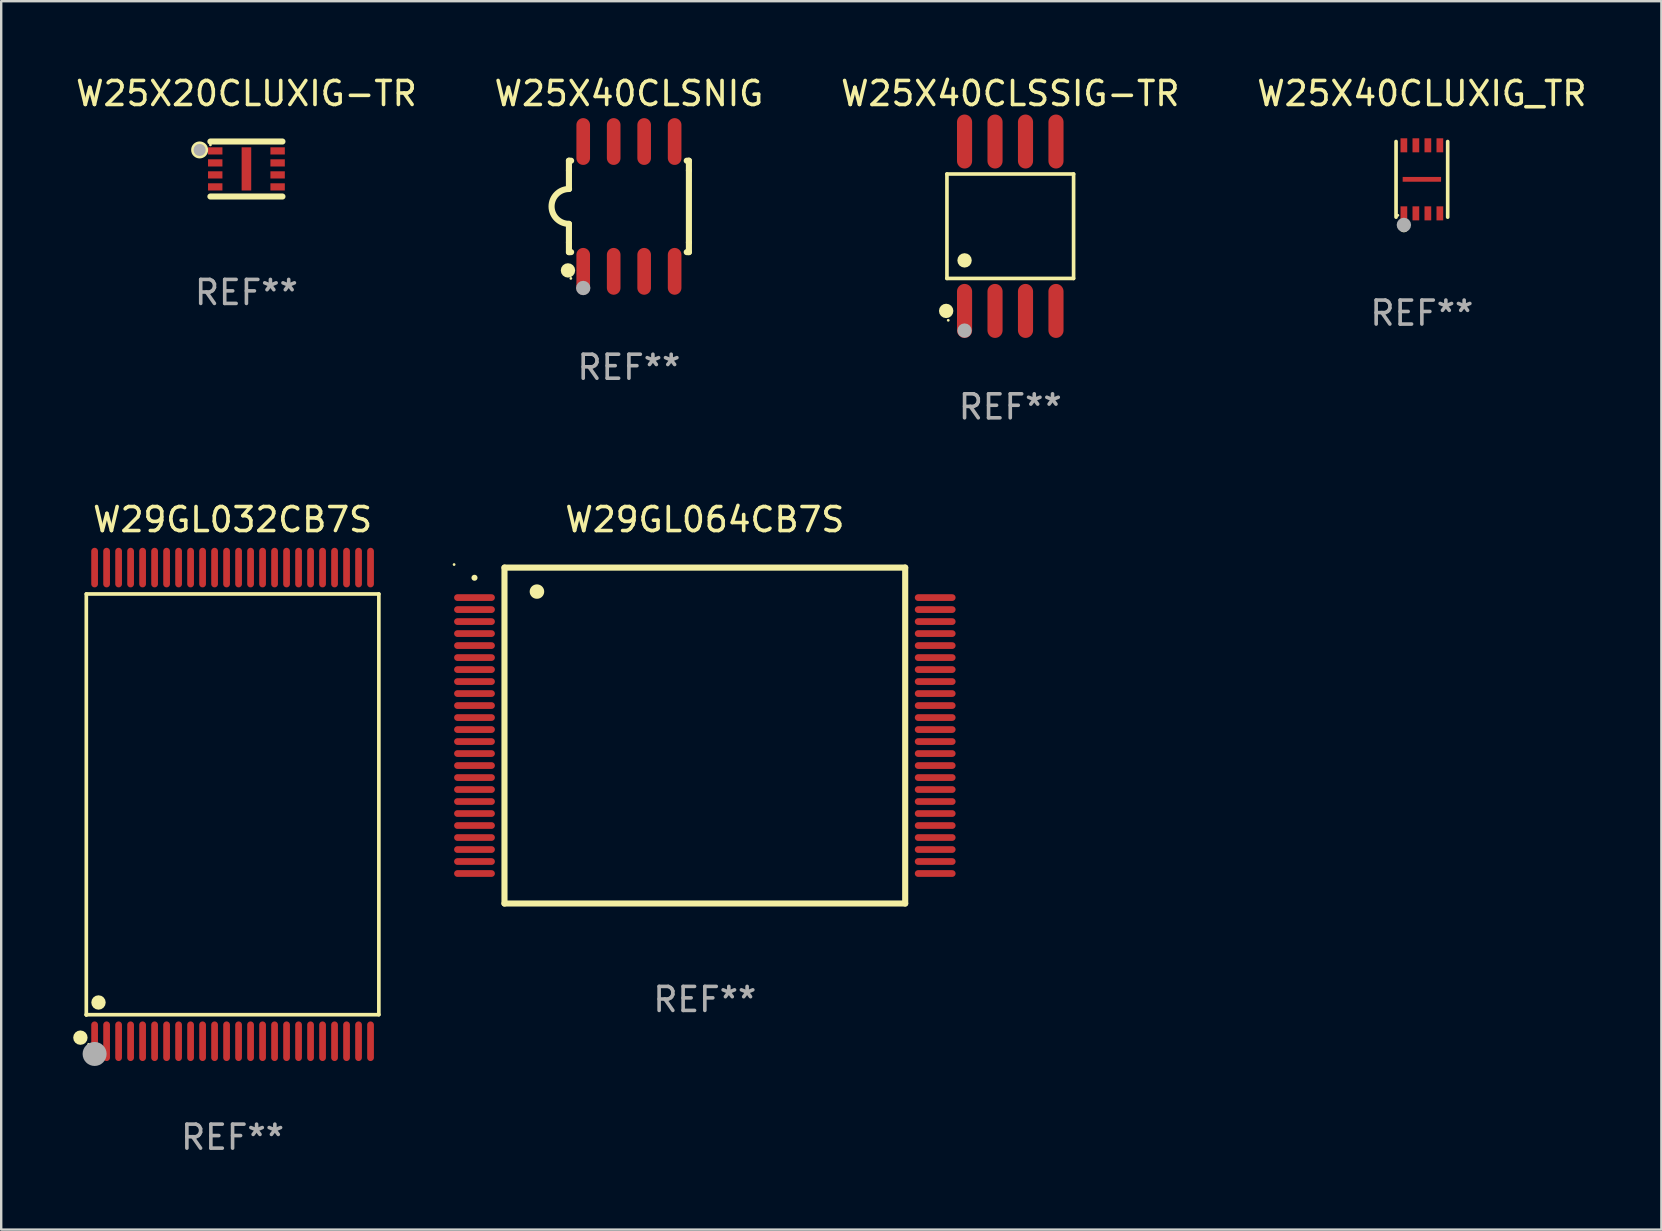
<source format=kicad_pcb>
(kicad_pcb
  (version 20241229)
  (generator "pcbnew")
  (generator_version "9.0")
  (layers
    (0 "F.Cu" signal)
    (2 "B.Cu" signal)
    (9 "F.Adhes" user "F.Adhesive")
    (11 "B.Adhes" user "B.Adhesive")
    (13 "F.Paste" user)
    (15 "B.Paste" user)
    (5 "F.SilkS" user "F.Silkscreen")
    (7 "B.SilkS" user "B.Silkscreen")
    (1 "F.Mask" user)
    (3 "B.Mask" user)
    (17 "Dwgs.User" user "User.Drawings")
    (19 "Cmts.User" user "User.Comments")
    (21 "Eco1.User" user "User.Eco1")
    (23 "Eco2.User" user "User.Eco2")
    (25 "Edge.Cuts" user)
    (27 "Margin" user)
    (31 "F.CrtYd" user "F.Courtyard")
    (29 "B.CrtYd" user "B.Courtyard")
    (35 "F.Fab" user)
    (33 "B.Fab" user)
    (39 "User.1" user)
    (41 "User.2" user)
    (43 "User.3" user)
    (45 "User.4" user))
  (footprint "W25X40CLUXIG_TR"
    (layer "F.Cu")
    (at 56.208 4.424)
    (property "Reference" "W25X40CLUXIG_TR" (at 0 -3.576 0) (layer "F.SilkS") (effects (font (size 1 1) (thickness 0.15))))
    (attr through_hole)
    (fp_line (start -1.076 1.576) (end -1.076 -1.576) (stroke (width 0.152) (type solid)) (layer "F.SilkS"))
    (fp_line (start 1.076 -1.576) (end 1.076 1.576) (stroke (width 0.152) (type solid)) (layer "F.SilkS"))
    (fp_circle (center -1 1.5) (end -0.97 1.5) (stroke (width 0.06) (type solid)) (fill no) (layer "F.SilkS"))
    (fp_circle (center -0.75 2.01) (end -0.65 2.01) (stroke (width 0.2) (type solid)) (fill no) (layer "F.SilkS"))
    (fp_circle (center -0.75 1.9) (end -0.6 1.9) (stroke (width 0.3) (type solid)) (fill no) (layer "F.Fab"))
    (fp_text user "REF**" (at 0 5.576 0) (layer "F.Fab") (effects (font (size 1 1) (thickness 0.15))))
    (pad "1" smd rect (at -0.75 1.418) (size 0.28 0.585) (layers "F.Cu" "F.Mask" "F.Paste"))
    (pad "2" smd rect (at -0.25 1.418) (size 0.28 0.585) (layers "F.Cu" "F.Mask" "F.Paste"))
    (pad "3" smd rect (at 0.25 1.418) (size 0.28 0.585) (layers "F.Cu" "F.Mask" "F.Paste"))
    (pad "4" smd rect (at 0.75 1.418) (size 0.28 0.585) (layers "F.Cu" "F.Mask" "F.Paste"))
    (pad "5" smd rect (at 0.75 -1.418) (size 0.28 0.585) (layers "F.Cu" "F.Mask" "F.Paste"))
    (pad "6" smd rect (at 0.25 -1.418) (size 0.28 0.585) (layers "F.Cu" "F.Mask" "F.Paste"))
    (pad "7" smd rect (at -0.25 -1.418) (size 0.28 0.585) (layers "F.Cu" "F.Mask" "F.Paste"))
    (pad "8" smd rect (at -0.75 -1.418) (size 0.28 0.585) (layers "F.Cu" "F.Mask" "F.Paste"))
    (pad "9" smd rect (at 0 0) (size 1.6 0.2) (layers "F.Cu" "F.Mask" "F.Paste")))
  (footprint "W25X40CLSSIG-TR"
    (layer "F.Cu")
    (at 39.054 6.378)
    (property "Reference" "W25X40CLSSIG-TR" (at 0 -5.53 0) (layer "F.SilkS") (effects (font (size 1 1) (thickness 0.15))))
    (attr through_hole)
    (fp_line (start -2.639 -2.176) (end 2.639 -2.176) (stroke (width 0.152) (type solid)) (layer "F.SilkS"))
    (fp_line (start -2.639 2.176) (end -2.639 -2.176) (stroke (width 0.152) (type solid)) (layer "F.SilkS"))
    (fp_line (start 2.639 -2.176) (end 2.639 2.176) (stroke (width 0.152) (type solid)) (layer "F.SilkS"))
    (fp_line (start 2.639 2.176) (end -2.639 2.176) (stroke (width 0.152) (type solid)) (layer "F.SilkS"))
    (fp_circle (center -2.672 3.53) (end -2.522 3.53) (stroke (width 0.3) (type solid)) (fill no) (layer "F.SilkS"))
    (fp_circle (center -2.585 3.92) (end -2.555 3.92) (stroke (width 0.06) (type solid)) (fill no) (layer "F.SilkS"))
    (fp_circle (center -1.905 1.424) (end -1.755 1.424) (stroke (width 0.3) (type solid)) (fill no) (layer "F.SilkS"))
    (fp_circle (center -1.905 4.35) (end -1.755 4.35) (stroke (width 0.3) (type solid)) (fill no) (layer "F.Fab"))
    (fp_text user "REF**" (at 0 7.53 0) (layer "F.Fab") (effects (font (size 1 1) (thickness 0.15))))
    (pad "1" smd oval (at -1.905 3.53) (size 0.63 2.25) (layers "F.Cu" "F.Mask" "F.Paste"))
    (pad "2" smd oval (at -0.635 3.53) (size 0.63 2.25) (layers "F.Cu" "F.Mask" "F.Paste"))
    (pad "3" smd oval (at 0.635 3.53) (size 0.63 2.25) (layers "F.Cu" "F.Mask" "F.Paste"))
    (pad "4" smd oval (at 1.905 3.53) (size 0.63 2.25) (layers "F.Cu" "F.Mask" "F.Paste"))
    (pad "5" smd oval (at 1.905 -3.53) (size 0.63 2.25) (layers "F.Cu" "F.Mask" "F.Paste"))
    (pad "6" smd oval (at 0.635 -3.53) (size 0.63 2.25) (layers "F.Cu" "F.Mask" "F.Paste"))
    (pad "7" smd oval (at -0.635 -3.53) (size 0.63 2.25) (layers "F.Cu" "F.Mask" "F.Paste"))
    (pad "8" smd oval (at -1.905 -3.53) (size 0.63 2.25) (layers "F.Cu" "F.Mask" "F.Paste")))
  (footprint "W25X20CLUXIG-TR"
    (layer "F.Cu")
    (at 7.22 3.994)
    (property "Reference" "W25X20CLUXIG-TR" (at 0 -3.146 0) (layer "F.SilkS") (effects (font (size 1 1) (thickness 0.15))))
    (attr through_hole)
    (fp_line (start 1.501 -1.146) (end -1.501 -1.146) (stroke (width 0.254) (type solid)) (layer "F.SilkS"))
    (fp_line (start 1.501 1.146) (end -1.501 1.146) (stroke (width 0.254) (type solid)) (layer "F.SilkS"))
    (fp_circle (center -1.95 -0.795) (end -1.85 -0.795) (stroke (width 0.254) (type solid)) (fill no) (layer "F.SilkS"))
    (fp_circle (center -1.5 -1.005) (end -1.47 -1.005) (stroke (width 0.06) (type solid)) (fill no) (layer "F.SilkS"))
    (fp_circle (center -1.95 -0.795) (end -1.823 -0.795) (stroke (width 0.254) (type solid)) (fill no) (layer "F.Fab"))
    (fp_text user "REF**" (at 0 5.146 0) (layer "F.Fab") (effects (font (size 1 1) (thickness 0.15))))
    (pad "1" smd rect (at -1.3 -0.755 270) (size 0.3 0.6) (layers "F.Cu" "F.Mask" "F.Paste"))
    (pad "2" smd rect (at -1.3 -0.255 270) (size 0.3 0.6) (layers "F.Cu" "F.Mask" "F.Paste"))
    (pad "3" smd rect (at -1.3 0.245 270) (size 0.3 0.6) (layers "F.Cu" "F.Mask" "F.Paste"))
    (pad "4" smd rect (at -1.3 0.745 270) (size 0.3 0.6) (layers "F.Cu" "F.Mask" "F.Paste"))
    (pad "5" smd rect (at 1.3 0.745 270) (size 0.3 0.6) (layers "F.Cu" "F.Mask" "F.Paste"))
    (pad "6" smd rect (at 1.3 0.245 270) (size 0.3 0.6) (layers "F.Cu" "F.Mask" "F.Paste"))
    (pad "7" smd rect (at 1.3 -0.255 270) (size 0.3 0.6) (layers "F.Cu" "F.Mask" "F.Paste"))
    (pad "8" smd rect (at 1.3 -0.755 270) (size 0.3 0.6) (layers "F.Cu" "F.Mask" "F.Paste"))
    (pad "9" smd rect (at 0 -0.005) (size 0.4 1.8) (layers "F.Cu" "F.Mask" "F.Paste")))
  (footprint "W29GL032CB7S"
    (layer "F.Cu")
    (at 6.643 30.475)
    (property "Reference" "W29GL032CB7S" (at 0 -11.87 0) (layer "F.SilkS") (effects (font (size 1 1) (thickness 0.15))))
    (attr through_hole)
    (fp_line (start -6.096 -8.771) (end 6.096 -8.771) (stroke (width 0.152) (type solid)) (layer "F.SilkS"))
    (fp_line (start -6.096 8.763) (end -6.096 8.771) (stroke (width 0.152) (type solid)) (layer "F.SilkS"))
    (fp_line (start -6.096 8.771) (end -6.096 -8.771) (stroke (width 0.152) (type solid)) (layer "F.SilkS"))
    (fp_line (start 6.096 -8.771) (end 6.096 8.763) (stroke (width 0.152) (type solid)) (layer "F.SilkS"))
    (fp_line (start 6.096 8.763) (end -6.096 8.763) (stroke (width 0.152) (type solid)) (layer "F.SilkS"))
    (fp_circle (center -6.342 9.72) (end -6.192 9.72) (stroke (width 0.3) (type solid)) (fill no) (layer "F.SilkS"))
    (fp_circle (center -6 10) (end -5.97 10) (stroke (width 0.06) (type solid)) (fill no) (layer "F.SilkS"))
    (fp_circle (center -5.588 8.255) (end -5.438 8.255) (stroke (width 0.3) (type solid)) (fill no) (layer "F.SilkS"))
    (fp_circle (center -5.75 10.4) (end -5.5 10.4) (stroke (width 0.5) (type solid)) (fill no) (layer "F.Fab"))
    (fp_text user "REF**" (at 0 13.87 0) (layer "F.Fab") (effects (font (size 1 1) (thickness 0.15))))
    (pad "1" smd oval (at -5.75 9.87) (size 0.28 1.65) (layers "F.Cu" "F.Mask" "F.Paste"))
    (pad "2" smd oval (at -5.25 9.87) (size 0.28 1.65) (layers "F.Cu" "F.Mask" "F.Paste"))
    (pad "3" smd oval (at -4.75 9.87) (size 0.28 1.65) (layers "F.Cu" "F.Mask" "F.Paste"))
    (pad "4" smd oval (at -4.25 9.87) (size 0.28 1.65) (layers "F.Cu" "F.Mask" "F.Paste"))
    (pad "5" smd oval (at -3.75 9.87) (size 0.28 1.65) (layers "F.Cu" "F.Mask" "F.Paste"))
    (pad "6" smd oval (at -3.25 9.87) (size 0.28 1.65) (layers "F.Cu" "F.Mask" "F.Paste"))
    (pad "7" smd oval (at -2.75 9.87) (size 0.28 1.65) (layers "F.Cu" "F.Mask" "F.Paste"))
    (pad "8" smd oval (at -2.25 9.87) (size 0.28 1.65) (layers "F.Cu" "F.Mask" "F.Paste"))
    (pad "9" smd oval (at -1.75 9.87) (size 0.28 1.65) (layers "F.Cu" "F.Mask" "F.Paste"))
    (pad "10" smd oval (at -1.25 9.87) (size 0.28 1.65) (layers "F.Cu" "F.Mask" "F.Paste"))
    (pad "11" smd oval (at -0.75 9.87) (size 0.28 1.65) (layers "F.Cu" "F.Mask" "F.Paste"))
    (pad "12" smd oval (at -0.25 9.87) (size 0.28 1.65) (layers "F.Cu" "F.Mask" "F.Paste"))
    (pad "13" smd oval (at 0.25 9.87) (size 0.28 1.65) (layers "F.Cu" "F.Mask" "F.Paste"))
    (pad "14" smd oval (at 0.75 9.87) (size 0.28 1.65) (layers "F.Cu" "F.Mask" "F.Paste"))
    (pad "15" smd oval (at 1.25 9.87) (size 0.28 1.65) (layers "F.Cu" "F.Mask" "F.Paste"))
    (pad "16" smd oval (at 1.75 9.87) (size 0.28 1.65) (layers "F.Cu" "F.Mask" "F.Paste"))
    (pad "17" smd oval (at 2.25 9.87) (size 0.28 1.65) (layers "F.Cu" "F.Mask" "F.Paste"))
    (pad "18" smd oval (at 2.75 9.87) (size 0.28 1.65) (layers "F.Cu" "F.Mask" "F.Paste"))
    (pad "19" smd oval (at 3.25 9.87) (size 0.28 1.65) (layers "F.Cu" "F.Mask" "F.Paste"))
    (pad "20" smd oval (at 3.75 9.87) (size 0.28 1.65) (layers "F.Cu" "F.Mask" "F.Paste"))
    (pad "21" smd oval (at 4.25 9.87) (size 0.28 1.65) (layers "F.Cu" "F.Mask" "F.Paste"))
    (pad "22" smd oval (at 4.75 9.87) (size 0.28 1.65) (layers "F.Cu" "F.Mask" "F.Paste"))
    (pad "23" smd oval (at 5.25 9.87) (size 0.28 1.65) (layers "F.Cu" "F.Mask" "F.Paste"))
    (pad "24" smd oval (at 5.75 9.87) (size 0.28 1.65) (layers "F.Cu" "F.Mask" "F.Paste"))
    (pad "25" smd oval (at 5.75 -9.87) (size 0.28 1.65) (layers "F.Cu" "F.Mask" "F.Paste"))
    (pad "26" smd oval (at 5.25 -9.87) (size 0.28 1.65) (layers "F.Cu" "F.Mask" "F.Paste"))
    (pad "27" smd oval (at 4.75 -9.87) (size 0.28 1.65) (layers "F.Cu" "F.Mask" "F.Paste"))
    (pad "28" smd oval (at 4.25 -9.87) (size 0.28 1.65) (layers "F.Cu" "F.Mask" "F.Paste"))
    (pad "29" smd oval (at 3.75 -9.87) (size 0.28 1.65) (layers "F.Cu" "F.Mask" "F.Paste"))
    (pad "30" smd oval (at 3.25 -9.87) (size 0.28 1.65) (layers "F.Cu" "F.Mask" "F.Paste"))
    (pad "31" smd oval (at 2.75 -9.87) (size 0.28 1.65) (layers "F.Cu" "F.Mask" "F.Paste"))
    (pad "32" smd oval (at 2.25 -9.87) (size 0.28 1.65) (layers "F.Cu" "F.Mask" "F.Paste"))
    (pad "33" smd oval (at 1.75 -9.87) (size 0.28 1.65) (layers "F.Cu" "F.Mask" "F.Paste"))
    (pad "34" smd oval (at 1.25 -9.87) (size 0.28 1.65) (layers "F.Cu" "F.Mask" "F.Paste"))
    (pad "35" smd oval (at 0.75 -9.87) (size 0.28 1.65) (layers "F.Cu" "F.Mask" "F.Paste"))
    (pad "36" smd oval (at 0.25 -9.87) (size 0.28 1.65) (layers "F.Cu" "F.Mask" "F.Paste"))
    (pad "37" smd oval (at -0.25 -9.87) (size 0.28 1.65) (layers "F.Cu" "F.Mask" "F.Paste"))
    (pad "38" smd oval (at -0.75 -9.87) (size 0.28 1.65) (layers "F.Cu" "F.Mask" "F.Paste"))
    (pad "39" smd oval (at -1.25 -9.87) (size 0.28 1.65) (layers "F.Cu" "F.Mask" "F.Paste"))
    (pad "40" smd oval (at -1.75 -9.87) (size 0.28 1.65) (layers "F.Cu" "F.Mask" "F.Paste"))
    (pad "41" smd oval (at -2.25 -9.87) (size 0.28 1.65) (layers "F.Cu" "F.Mask" "F.Paste"))
    (pad "42" smd oval (at -2.75 -9.87) (size 0.28 1.65) (layers "F.Cu" "F.Mask" "F.Paste"))
    (pad "43" smd oval (at -3.25 -9.87) (size 0.28 1.65) (layers "F.Cu" "F.Mask" "F.Paste"))
    (pad "44" smd oval (at -3.75 -9.87) (size 0.28 1.65) (layers "F.Cu" "F.Mask" "F.Paste"))
    (pad "45" smd oval (at -4.25 -9.87) (size 0.28 1.65) (layers "F.Cu" "F.Mask" "F.Paste"))
    (pad "46" smd oval (at -4.75 -9.87) (size 0.28 1.65) (layers "F.Cu" "F.Mask" "F.Paste"))
    (pad "47" smd oval (at -5.25 -9.87) (size 0.28 1.65) (layers "F.Cu" "F.Mask" "F.Paste"))
    (pad "48" smd oval (at -5.75 -9.87) (size 0.28 1.65) (layers "F.Cu" "F.Mask" "F.Paste")))
  (footprint "W29GL064CB7S"
    (layer "F.Cu")
    (at 26.325 27.605)
    (property "Reference" "W29GL064CB7S" (at 0 -9 0) (layer "F.SilkS") (effects (font (size 1 1) (thickness 0.15))))
    (attr through_hole)
    (fp_line (start -8.35 -7) (end 8.35 -7) (stroke (width 0.254) (type solid)) (layer "F.SilkS"))
    (fp_line (start -8.35 7) (end -8.35 -7) (stroke (width 0.254) (type solid)) (layer "F.SilkS"))
    (fp_line (start -8.35 7) (end 8.35 7) (stroke (width 0.254) (type solid)) (layer "F.SilkS"))
    (fp_line (start 8.35 -7) (end 8.35 7) (stroke (width 0.254) (type solid)) (layer "F.SilkS"))
    (fp_arc (start -9.601219 -6.576073) (mid -9.599949 -6.576079) (end -9.598679 -6.576073) (stroke (width 0.25) (type solid)) (layer "F.SilkS"))
    (fp_arc (start -7.000025 -6) (mid -6.997485 -6.000011) (end -6.994945 -6) (stroke (width 0.6) (type solid)) (layer "F.SilkS"))
    (fp_circle (center -10.45 -7.127) (end -10.42 -7.127) (stroke (width 0.06) (type solid)) (fill no) (layer "F.SilkS"))
    (fp_text user "REF**" (at 0 11 0) (layer "F.Fab") (effects (font (size 1 1) (thickness 0.15))))
    (pad "1" smd oval (at -9.6 -5.75 90) (size 0.28 1.7) (layers "F.Cu" "F.Mask" "F.Paste"))
    (pad "2" smd oval (at -9.6 -5.25 90) (size 0.28 1.7) (layers "F.Cu" "F.Mask" "F.Paste"))
    (pad "3" smd oval (at -9.6 -4.75 90) (size 0.28 1.7) (layers "F.Cu" "F.Mask" "F.Paste"))
    (pad "4" smd oval (at -9.6 -4.25 90) (size 0.28 1.7) (layers "F.Cu" "F.Mask" "F.Paste"))
    (pad "5" smd oval (at -9.6 -3.75 90) (size 0.28 1.7) (layers "F.Cu" "F.Mask" "F.Paste"))
    (pad "6" smd oval (at -9.6 -3.25 90) (size 0.28 1.7) (layers "F.Cu" "F.Mask" "F.Paste"))
    (pad "7" smd oval (at -9.6 -2.75 90) (size 0.28 1.7) (layers "F.Cu" "F.Mask" "F.Paste"))
    (pad "8" smd oval (at -9.6 -2.25 90) (size 0.28 1.7) (layers "F.Cu" "F.Mask" "F.Paste"))
    (pad "9" smd oval (at -9.6 -1.75 90) (size 0.28 1.7) (layers "F.Cu" "F.Mask" "F.Paste"))
    (pad "10" smd oval (at -9.6 -1.25 90) (size 0.28 1.7) (layers "F.Cu" "F.Mask" "F.Paste"))
    (pad "11" smd oval (at -9.6 -0.75 90) (size 0.28 1.7) (layers "F.Cu" "F.Mask" "F.Paste"))
    (pad "12" smd oval (at -9.6 -0.25 90) (size 0.28 1.7) (layers "F.Cu" "F.Mask" "F.Paste"))
    (pad "13" smd oval (at -9.6 0.25 90) (size 0.28 1.7) (layers "F.Cu" "F.Mask" "F.Paste"))
    (pad "14" smd oval (at -9.6 0.75 90) (size 0.28 1.7) (layers "F.Cu" "F.Mask" "F.Paste"))
    (pad "15" smd oval (at -9.6 1.25 90) (size 0.28 1.7) (layers "F.Cu" "F.Mask" "F.Paste"))
    (pad "16" smd oval (at -9.6 1.75 90) (size 0.28 1.7) (layers "F.Cu" "F.Mask" "F.Paste"))
    (pad "17" smd oval (at -9.6 2.25 90) (size 0.28 1.7) (layers "F.Cu" "F.Mask" "F.Paste"))
    (pad "18" smd oval (at -9.6 2.75 90) (size 0.28 1.7) (layers "F.Cu" "F.Mask" "F.Paste"))
    (pad "19" smd oval (at -9.6 3.25 90) (size 0.28 1.7) (layers "F.Cu" "F.Mask" "F.Paste"))
    (pad "20" smd oval (at -9.6 3.75 90) (size 0.28 1.7) (layers "F.Cu" "F.Mask" "F.Paste"))
    (pad "21" smd oval (at -9.6 4.25 90) (size 0.28 1.7) (layers "F.Cu" "F.Mask" "F.Paste"))
    (pad "22" smd oval (at -9.6 4.75 90) (size 0.28 1.7) (layers "F.Cu" "F.Mask" "F.Paste"))
    (pad "23" smd oval (at -9.6 5.25 90) (size 0.28 1.7) (layers "F.Cu" "F.Mask" "F.Paste"))
    (pad "24" smd oval (at -9.6 5.75 90) (size 0.28 1.7) (layers "F.Cu" "F.Mask" "F.Paste"))
    (pad "25" smd oval (at 9.6 5.75 90) (size 0.28 1.7) (layers "F.Cu" "F.Mask" "F.Paste"))
    (pad "26" smd oval (at 9.6 5.25 90) (size 0.28 1.7) (layers "F.Cu" "F.Mask" "F.Paste"))
    (pad "27" smd oval (at 9.6 4.75 90) (size 0.28 1.7) (layers "F.Cu" "F.Mask" "F.Paste"))
    (pad "28" smd oval (at 9.6 4.25 90) (size 0.28 1.7) (layers "F.Cu" "F.Mask" "F.Paste"))
    (pad "29" smd oval (at 9.6 3.75 90) (size 0.28 1.7) (layers "F.Cu" "F.Mask" "F.Paste"))
    (pad "30" smd oval (at 9.6 3.25 90) (size 0.28 1.7) (layers "F.Cu" "F.Mask" "F.Paste"))
    (pad "31" smd oval (at 9.6 2.75 90) (size 0.28 1.7) (layers "F.Cu" "F.Mask" "F.Paste"))
    (pad "32" smd oval (at 9.6 2.25 90) (size 0.28 1.7) (layers "F.Cu" "F.Mask" "F.Paste"))
    (pad "33" smd oval (at 9.6 1.75 90) (size 0.28 1.7) (layers "F.Cu" "F.Mask" "F.Paste"))
    (pad "34" smd oval (at 9.6 1.25 90) (size 0.28 1.7) (layers "F.Cu" "F.Mask" "F.Paste"))
    (pad "35" smd oval (at 9.6 0.75 90) (size 0.28 1.7) (layers "F.Cu" "F.Mask" "F.Paste"))
    (pad "36" smd oval (at 9.6 0.25 90) (size 0.28 1.7) (layers "F.Cu" "F.Mask" "F.Paste"))
    (pad "37" smd oval (at 9.6 -0.25 90) (size 0.28 1.7) (layers "F.Cu" "F.Mask" "F.Paste"))
    (pad "38" smd oval (at 9.6 -0.75 90) (size 0.28 1.7) (layers "F.Cu" "F.Mask" "F.Paste"))
    (pad "39" smd oval (at 9.6 -1.25 90) (size 0.28 1.7) (layers "F.Cu" "F.Mask" "F.Paste"))
    (pad "40" smd oval (at 9.6 -1.75 90) (size 0.28 1.7) (layers "F.Cu" "F.Mask" "F.Paste"))
    (pad "41" smd oval (at 9.6 -2.25 90) (size 0.28 1.7) (layers "F.Cu" "F.Mask" "F.Paste"))
    (pad "42" smd oval (at 9.6 -2.75 90) (size 0.28 1.7) (layers "F.Cu" "F.Mask" "F.Paste"))
    (pad "43" smd oval (at 9.6 -3.25 90) (size 0.28 1.7) (layers "F.Cu" "F.Mask" "F.Paste"))
    (pad "44" smd oval (at 9.6 -3.75 90) (size 0.28 1.7) (layers "F.Cu" "F.Mask" "F.Paste"))
    (pad "45" smd oval (at 9.6 -4.25 90) (size 0.28 1.7) (layers "F.Cu" "F.Mask" "F.Paste"))
    (pad "46" smd oval (at 9.6 -4.75 90) (size 0.28 1.7) (layers "F.Cu" "F.Mask" "F.Paste"))
    (pad "47" smd oval (at 9.6 -5.25 90) (size 0.28 1.7) (layers "F.Cu" "F.Mask" "F.Paste"))
    (pad "48" smd oval (at 9.6 -5.75 90) (size 0.28 1.7) (layers "F.Cu" "F.Mask" "F.Paste")))
  (footprint "W25X40CLSNIG"
    (layer "F.Cu")
    (at 23.161 5.553)
    (property "Reference" "W25X40CLSNIG" (at 0 -4.705 0) (layer "F.SilkS") (effects (font (size 1 1) (thickness 0.15))))
    (attr through_hole)
    (fp_line (start -2.5 -1.905) (end -2.409 -1.905) (stroke (width 0.254) (type solid)) (layer "F.SilkS"))
    (fp_line (start -2.5 -1.5) (end -2.5 -1.905) (stroke (width 0.254) (type solid)) (layer "F.SilkS"))
    (fp_line (start -2.5 -1.5) (end -2.5 -0.726) (stroke (width 0.254) (type solid)) (layer "F.SilkS"))
    (fp_line (start -2.5 1.5) (end -2.5 0.727) (stroke (width 0.254) (type solid)) (layer "F.SilkS"))
    (fp_line (start -2.5 1.5) (end -2.5 1.905) (stroke (width 0.254) (type solid)) (layer "F.SilkS"))
    (fp_line (start -2.5 1.905) (end -2.409 1.905) (stroke (width 0.254) (type solid)) (layer "F.SilkS"))
    (fp_line (start 2.5 -1.905) (end 2.409 -1.905) (stroke (width 0.254) (type solid)) (layer "F.SilkS"))
    (fp_line (start 2.5 -1.5) (end 2.5 -1.905) (stroke (width 0.254) (type solid)) (layer "F.SilkS"))
    (fp_line (start 2.5 -1.5) (end 2.5 1.5) (stroke (width 0.254) (type solid)) (layer "F.SilkS"))
    (fp_line (start 2.5 1.5) (end 2.5 1.905) (stroke (width 0.254) (type solid)) (layer "F.SilkS"))
    (fp_line (start 2.5 1.905) (end 2.409 1.905) (stroke (width 0.254) (type solid)) (layer "F.SilkS"))
    (fp_arc (start -2.5 0.726568) (mid -3.220316 -0.0023) (end -2.495097 -0.726289) (stroke (width 0.254001) (type solid)) (layer "F.SilkS"))
    (fp_circle (center -2.54 2.667) (end -2.39 2.667) (stroke (width 0.3) (type solid)) (fill no) (layer "F.SilkS"))
    (fp_circle (center -2.42 3) (end -2.39 3) (stroke (width 0.06) (type solid)) (fill no) (layer "F.SilkS"))
    (fp_circle (center -1.905 3.4) (end -1.755 3.4) (stroke (width 0.3) (type solid)) (fill no) (layer "F.Fab"))
    (fp_text user "REF**" (at 0 6.705 0) (layer "F.Fab") (effects (font (size 1 1) (thickness 0.15))))
    (pad "1" smd oval (at -1.905 2.705) (size 0.568 1.95) (layers "F.Cu" "F.Mask" "F.Paste"))
    (pad "2" smd oval (at -0.635 2.705) (size 0.568 1.95) (layers "F.Cu" "F.Mask" "F.Paste"))
    (pad "3" smd oval (at 0.635 2.705) (size 0.568 1.95) (layers "F.Cu" "F.Mask" "F.Paste"))
    (pad "4" smd oval (at 1.905 2.705) (size 0.568 1.95) (layers "F.Cu" "F.Mask" "F.Paste"))
    (pad "5" smd oval (at 1.905 -2.705) (size 0.568 1.95) (layers "F.Cu" "F.Mask" "F.Paste"))
    (pad "6" smd oval (at 0.635 -2.705) (size 0.568 1.95) (layers "F.Cu" "F.Mask" "F.Paste"))
    (pad "7" smd oval (at -0.635 -2.705) (size 0.568 1.95) (layers "F.Cu" "F.Mask" "F.Paste"))
    (pad "8" smd oval (at -1.905 -2.705) (size 0.568 1.95) (layers "F.Cu" "F.Mask" "F.Paste")))
  (gr_rect
    (start -3 -3)
    (end 66.19 48.194)
    (stroke (width 0.1) (type default))
    (fill no)
    (layer "Edge.Cuts")))
</source>
